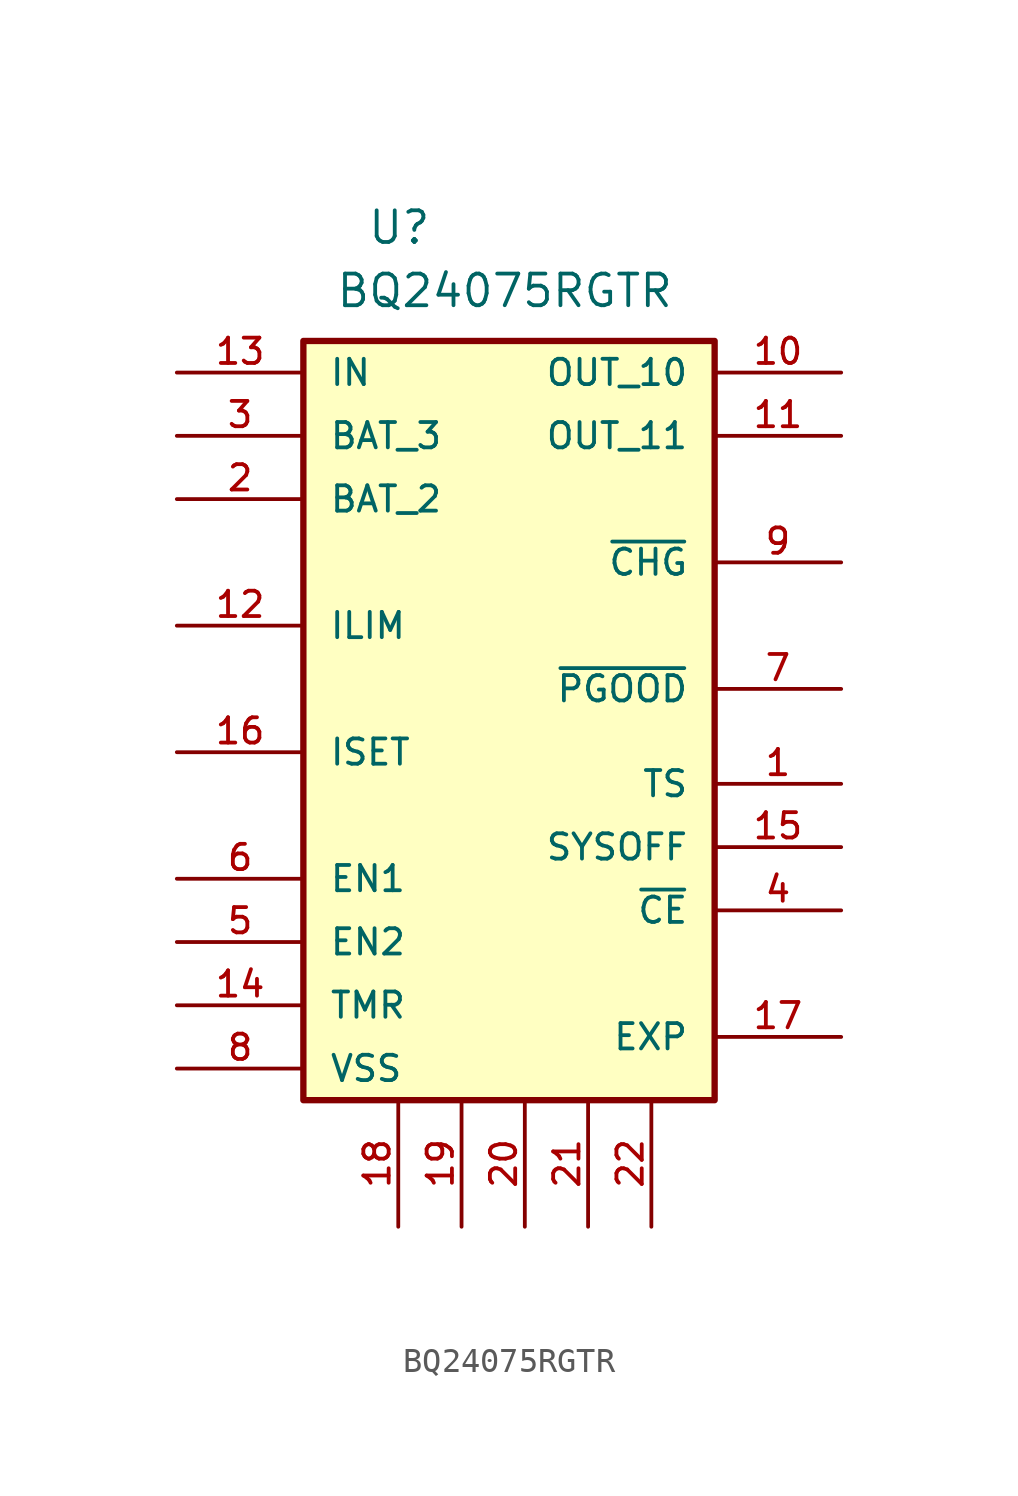
<source format=kicad_sym>
(kicad_symbol_lib
  (version 20231120)
  (generator "kicad_symbol_editor")
  (generator_version "8.0")
  (symbol "BQ24075RGTR"
    (pin_names
      (offset 1.016))
    (property "Reference" "U"
      (at -6.35 20.32 0)
      (effects (font (size 1.27 1.27)) (justify left bottom)))
    (property "Value" "BQ24075RGTR"
      (at -7.62 17.78 0)
      (effects (font (size 1.27 1.27)) (justify left bottom)))
    (symbol "BQ24075RGTR_0_0"
      (rectangle (start -8.89 16.51) (end 7.62 -13.97) (stroke (width 0.254) (type default)) (fill (type background)))
      (pin input line (at 12.7 -1.27 180) (length 5.08) (name "TS" (effects (font (size 1.016 1.016)))) (number "1" (effects (font (size 1.016 1.016)))))
      (pin output line (at 12.7 15.24 180) (length 5.08) (name "OUT_10" (effects (font (size 1.016 1.016)))) (number "10" (effects (font (size 1.016 1.016)))))
      (pin output line (at 12.7 12.7 180) (length 5.08) (name "OUT_11" (effects (font (size 1.016 1.016)))) (number "11" (effects (font (size 1.016 1.016)))))
      (pin input line (at -13.97 5.08 0) (length 5.08) (name "ILIM" (effects (font (size 1.016 1.016)))) (number "12" (effects (font (size 1.016 1.016)))))
      (pin input line (at -13.97 15.24 0) (length 5.08) (name "IN" (effects (font (size 1.016 1.016)))) (number "13" (effects (font (size 1.016 1.016)))))
      (pin input line (at -13.97 -10.16 0) (length 5.08) (name "TMR" (effects (font (size 1.016 1.016)))) (number "14" (effects (font (size 1.016 1.016)))))
      (pin input line (at 12.7 -3.81 180) (length 5.08) (name "SYSOFF" (effects (font (size 1.016 1.016)))) (number "15" (effects (font (size 1.016 1.016)))))
      (pin bidirectional line (at -13.97 0 0) (length 5.08) (name "ISET" (effects (font (size 1.016 1.016)))) (number "16" (effects (font (size 1.016 1.016)))))
      (pin power_in line (at 12.7 -11.43 180) (length 5.08) (name "EXP" (effects (font (size 1.016 1.016)))) (number "17" (effects (font (size 1.016 1.016)))))
      (pin bidirectional line (at -13.97 10.16 0) (length 5.08) (name "BAT_2" (effects (font (size 1.016 1.016)))) (number "2" (effects (font (size 1.016 1.016)))))
      (pin bidirectional line (at -13.97 12.7 0) (length 5.08) (name "BAT_3" (effects (font (size 1.016 1.016)))) (number "3" (effects (font (size 1.016 1.016)))))
      (pin input line (at 12.7 -6.35 180) (length 5.08) (name "~{CE}" (effects (font (size 1.016 1.016)))) (number "4" (effects (font (size 1.016 1.016)))))
      (pin input line (at -13.97 -7.62 0) (length 5.08) (name "EN2" (effects (font (size 1.016 1.016)))) (number "5" (effects (font (size 1.016 1.016)))))
      (pin input line (at -13.97 -5.08 0) (length 5.08) (name "EN1" (effects (font (size 1.016 1.016)))) (number "6" (effects (font (size 1.016 1.016)))))
      (pin output line (at 12.7 2.54 180) (length 5.08) (name "~{PGOOD}" (effects (font (size 1.016 1.016)))) (number "7" (effects (font (size 1.016 1.016)))))
      (pin power_in line (at -13.97 -12.7 0) (length 5.08) (name "VSS" (effects (font (size 1.016 1.016)))) (number "8" (effects (font (size 1.016 1.016)))))
      (pin output line (at 12.7 7.62 180) (length 5.08) (name "~{CHG}" (effects (font (size 1.016 1.016)))) (number "9" (effects (font (size 1.016 1.016))))))
    (symbol "BQ24075RGTR_1_0"
      (pin open_collector line (at -5.08 -19.05 90) (length 5.08) (name "" (effects (font (size 1.016 1.016)))) (number "18" (effects (font (size 1.016 1.016)))))
      (pin open_collector line (at -2.54 -19.05 90) (length 5.08) (name "" (effects (font (size 1.016 1.016)))) (number "19" (effects (font (size 1.016 1.016)))))
      (pin open_collector line (at 0 -19.05 90) (length 5.08) (name "" (effects (font (size 1.016 1.016)))) (number "20" (effects (font (size 1.016 1.016)))))
      (pin open_collector line (at 2.54 -19.05 90) (length 5.08) (name "" (effects (font (size 1.016 1.016)))) (number "21" (effects (font (size 1.016 1.016)))))
      (pin open_collector line (at 5.08 -19.05 90) (length 5.08) (name "" (effects (font (size 1.016 1.016)))) (number "22" (effects (font (size 1.016 1.016))))))))
</source>
